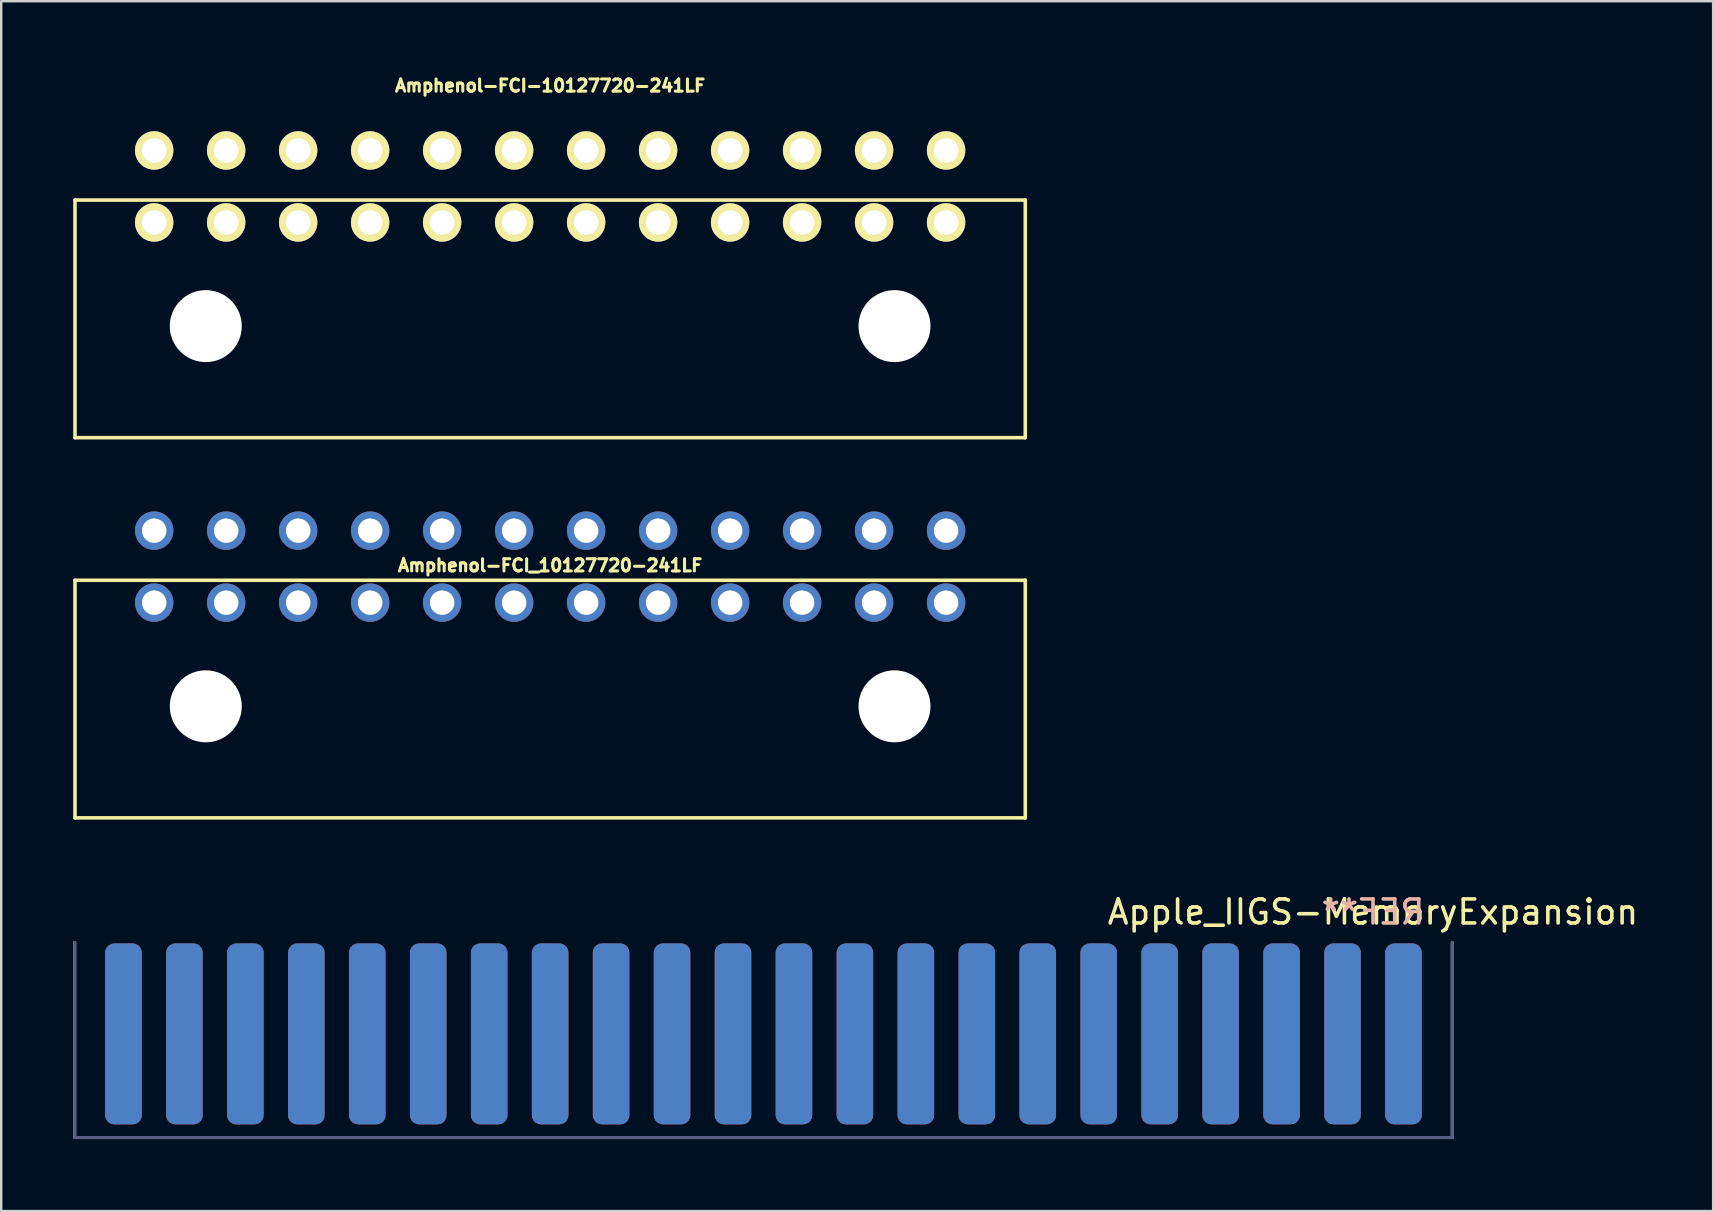
<source format=kicad_pcb>
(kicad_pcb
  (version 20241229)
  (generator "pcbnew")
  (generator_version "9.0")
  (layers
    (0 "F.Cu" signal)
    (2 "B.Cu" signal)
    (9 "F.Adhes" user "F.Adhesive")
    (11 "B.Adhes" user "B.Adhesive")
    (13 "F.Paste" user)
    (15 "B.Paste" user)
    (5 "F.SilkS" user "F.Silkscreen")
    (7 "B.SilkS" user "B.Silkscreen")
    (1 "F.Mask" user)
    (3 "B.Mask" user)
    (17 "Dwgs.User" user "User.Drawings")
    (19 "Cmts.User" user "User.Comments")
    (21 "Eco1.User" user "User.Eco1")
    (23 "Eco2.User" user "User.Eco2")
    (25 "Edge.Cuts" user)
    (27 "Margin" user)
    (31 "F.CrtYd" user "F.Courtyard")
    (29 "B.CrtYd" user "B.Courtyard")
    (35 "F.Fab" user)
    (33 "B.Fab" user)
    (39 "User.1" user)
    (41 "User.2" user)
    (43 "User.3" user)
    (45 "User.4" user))
  (footprint "Apple_IIGS-MemoryExpansion"
    (layer "F.Cu")
    (at 28.765 40.034)
    (property "Reference" "Apple_IIGS-MemoryExpansion" (at 25.4 -5.08 0) (layer "F.SilkS") (effects (font (size 1 1) (thickness 0.15))))
    (attr through_hole)
    (fp_line (start -28.702 4.318) (end -28.702 -3.81) (stroke (width 0.127) (type solid)) (layer "B.Fab"))
    (fp_line (start 28.702 -3.81) (end 28.702 4.318) (stroke (width 0.127) (type solid)) (layer "B.Fab"))
    (fp_line (start 28.702 4.318) (end -28.702 4.318) (stroke (width 0.127) (type solid)) (layer "B.Fab"))
    (fp_line (start -28.702 4.318) (end -28.702 -3.81) (stroke (width 0.127) (type solid)) (layer "F.Fab"))
    (fp_line (start 28.702 -3.81) (end 28.702 4.318) (stroke (width 0.127) (type solid)) (layer "F.Fab"))
    (fp_line (start 28.702 4.318) (end -28.702 4.318) (stroke (width 0.127) (type solid)) (layer "F.Fab"))
    (fp_text user "REF**" (at 25.4 -5.08 0) (layer "B.SilkS") (effects (font (size 1 1) (thickness 0.15)) (justify mirror)))
    (pad "1" smd roundrect (at 26.67 0) (size 1.524 7.54) (layers "B.Cu" "B.Mask") (roundrect_rratio 0.25))
    (pad "2" smd roundrect (at 24.13 0) (size 1.524 7.54) (layers "B.Cu" "B.Mask") (roundrect_rratio 0.25))
    (pad "3" smd roundrect (at 21.59 0) (size 1.524 7.54) (layers "B.Cu" "B.Mask") (roundrect_rratio 0.25))
    (pad "4" smd roundrect (at 19.05 0) (size 1.524 7.54) (layers "B.Cu" "B.Mask") (roundrect_rratio 0.25))
    (pad "5" smd roundrect (at 16.51 0) (size 1.524 7.54) (layers "B.Cu" "B.Mask") (roundrect_rratio 0.25))
    (pad "6" smd roundrect (at 13.97 0) (size 1.524 7.54) (layers "B.Cu" "B.Mask") (roundrect_rratio 0.25))
    (pad "7" smd roundrect (at 11.43 0) (size 1.524 7.54) (layers "B.Cu" "B.Mask") (roundrect_rratio 0.25))
    (pad "8" smd roundrect (at 8.89 0) (size 1.524 7.54) (layers "B.Cu" "B.Mask") (roundrect_rratio 0.25))
    (pad "9" smd roundrect (at 6.35 0) (size 1.524 7.54) (layers "B.Cu" "B.Mask") (roundrect_rratio 0.25))
    (pad "10" smd roundrect (at 3.81 0) (size 1.524 7.54) (layers "B.Cu" "B.Mask") (roundrect_rratio 0.25))
    (pad "11" smd roundrect (at 1.27 0) (size 1.524 7.54) (layers "B.Cu" "B.Mask") (roundrect_rratio 0.25))
    (pad "12" smd roundrect (at -1.27 0) (size 1.524 7.54) (layers "B.Cu" "B.Mask") (roundrect_rratio 0.25))
    (pad "13" smd roundrect (at -3.81 0) (size 1.524 7.54) (layers "B.Cu" "B.Mask") (roundrect_rratio 0.25))
    (pad "14" smd roundrect (at -6.35 0) (size 1.524 7.54) (layers "B.Cu" "B.Mask") (roundrect_rratio 0.25))
    (pad "15" smd roundrect (at -8.89 0) (size 1.524 7.54) (layers "B.Cu" "B.Mask") (roundrect_rratio 0.25))
    (pad "16" smd roundrect (at -11.43 0) (size 1.524 7.54) (layers "B.Cu" "B.Mask") (roundrect_rratio 0.25))
    (pad "17" smd roundrect (at -13.97 0) (size 1.524 7.54) (layers "B.Cu" "B.Mask") (roundrect_rratio 0.25))
    (pad "18" smd roundrect (at -16.51 0) (size 1.524 7.54) (layers "B.Cu" "B.Mask") (roundrect_rratio 0.25))
    (pad "19" smd roundrect (at -19.05 0) (size 1.524 7.54) (layers "B.Cu" "B.Mask") (roundrect_rratio 0.25))
    (pad "20" smd roundrect (at -21.59 0) (size 1.524 7.54) (layers "B.Cu" "B.Mask") (roundrect_rratio 0.25))
    (pad "21" smd roundrect (at -24.13 0) (size 1.524 7.54) (layers "B.Cu" "B.Mask") (roundrect_rratio 0.25))
    (pad "22" smd roundrect (at -26.67 0) (size 1.524 7.54) (layers "B.Cu" "B.Mask") (roundrect_rratio 0.25))
    (pad "23" smd roundrect (at -26.67 0) (size 1.524 7.54) (layers "F.Cu" "F.Mask") (roundrect_rratio 0.25))
    (pad "24" smd roundrect (at -24.13 0) (size 1.524 7.54) (layers "F.Cu" "F.Mask") (roundrect_rratio 0.25))
    (pad "25" smd roundrect (at -21.59 0) (size 1.524 7.54) (layers "F.Cu" "F.Mask") (roundrect_rratio 0.25))
    (pad "26" smd roundrect (at -19.05 0) (size 1.524 7.54) (layers "F.Cu" "F.Mask") (roundrect_rratio 0.25))
    (pad "27" smd roundrect (at -16.51 0) (size 1.524 7.54) (layers "F.Cu" "F.Mask") (roundrect_rratio 0.25))
    (pad "28" smd roundrect (at -13.97 0) (size 1.524 7.54) (layers "F.Cu" "F.Mask") (roundrect_rratio 0.25))
    (pad "29" smd roundrect (at -11.43 0) (size 1.524 7.54) (layers "F.Cu" "F.Mask") (roundrect_rratio 0.25))
    (pad "30" smd roundrect (at -8.89 0) (size 1.524 7.54) (layers "F.Cu" "F.Mask") (roundrect_rratio 0.25))
    (pad "31" smd roundrect (at -6.35 0) (size 1.524 7.54) (layers "F.Cu" "F.Mask") (roundrect_rratio 0.25))
    (pad "32" smd roundrect (at -3.81 0) (size 1.524 7.54) (layers "F.Cu" "F.Mask") (roundrect_rratio 0.25))
    (pad "33" smd roundrect (at -1.27 0) (size 1.524 7.54) (layers "F.Cu" "F.Mask") (roundrect_rratio 0.25))
    (pad "34" smd roundrect (at 1.27 0) (size 1.524 7.54) (layers "F.Cu" "F.Mask") (roundrect_rratio 0.25))
    (pad "35" smd roundrect (at 3.81 0) (size 1.524 7.54) (layers "F.Cu" "F.Mask") (roundrect_rratio 0.25))
    (pad "36" smd roundrect (at 6.35 0) (size 1.524 7.54) (layers "F.Cu" "F.Mask") (roundrect_rratio 0.25))
    (pad "37" smd roundrect (at 8.89 0) (size 1.524 7.54) (layers "F.Cu" "F.Mask") (roundrect_rratio 0.25))
    (pad "38" smd roundrect (at 11.43 0) (size 1.524 7.54) (layers "F.Cu" "F.Mask") (roundrect_rratio 0.25))
    (pad "39" smd roundrect (at 13.97 0) (size 1.524 7.54) (layers "F.Cu" "F.Mask") (roundrect_rratio 0.25))
    (pad "40" smd roundrect (at 16.51 0) (size 1.524 7.54) (layers "F.Cu" "F.Mask") (roundrect_rratio 0.25))
    (pad "41" smd roundrect (at 19.05 0) (size 1.524 7.54) (layers "F.Cu" "F.Mask") (roundrect_rratio 0.25))
    (pad "42" smd roundrect (at 21.59 0) (size 1.524 7.54) (layers "F.Cu" "F.Mask") (roundrect_rratio 0.25))
    (pad "43" smd roundrect (at 24.13 0) (size 1.524 7.54) (layers "F.Cu" "F.Mask") (roundrect_rratio 0.25))
    (pad "44" smd roundrect (at 26.67 0) (size 1.524 7.54) (layers "F.Cu" "F.Mask") (roundrect_rratio 0.25)))
  (footprint "Amphenol-FCI_10127720-241LF"
    (layer "F.Cu")
    (at 19.875 20.563)
    (property "Reference" "Amphenol-FCI_10127720-241LF" (at 0 -0.05 0) (layer "F.SilkS") (effects (font (size 0.508 0.508) (thickness 0.127))))
    (attr through_hole)
    (fp_line (start -19.8 0.568) (end -19.8 10.468) (stroke (width 0.15) (type solid)) (layer "F.SilkS"))
    (fp_line (start -19.8 0.568) (end 19.8 0.568) (stroke (width 0.15) (type solid)) (layer "F.SilkS"))
    (fp_line (start -19.8 10.468) (end 19.8 10.468) (stroke (width 0.15) (type solid)) (layer "F.SilkS"))
    (fp_line (start 19.8 0.568) (end 19.8 10.468) (stroke (width 0.15) (type solid)) (layer "F.SilkS"))
    (pad "" np_thru_hole circle (at -14.35 5.82) (size 3 3) (drill 3) (layers "*.Cu" "*.Mask"))
    (pad "" np_thru_hole circle (at 14.35 5.82) (size 3 3) (drill 3) (layers "*.Cu" "*.Mask"))
    (pad "1" thru_hole circle (at 16.5 1.5 180) (size 1.6 1.6) (drill 1.02) (layers "*.Cu" "*.Mask"))
    (pad "2" thru_hole circle (at 13.5 1.5 180) (size 1.6 1.6) (drill 1.02) (layers "*.Cu" "*.Mask"))
    (pad "3" thru_hole circle (at 10.5 1.5 180) (size 1.6 1.6) (drill 1.02) (layers "*.Cu" "*.Mask"))
    (pad "4" thru_hole circle (at 7.5 1.5 180) (size 1.6 1.6) (drill 1.02) (layers "*.Cu" "*.Mask"))
    (pad "5" thru_hole circle (at 4.5 1.5 180) (size 1.6 1.6) (drill 1.02) (layers "*.Cu" "*.Mask"))
    (pad "6" thru_hole circle (at 1.5 1.5 180) (size 1.6 1.6) (drill 1.02) (layers "*.Cu" "*.Mask"))
    (pad "7" thru_hole circle (at -1.5 1.5 180) (size 1.6 1.6) (drill 1.02) (layers "*.Cu" "*.Mask"))
    (pad "8" thru_hole circle (at -4.5 1.5 180) (size 1.6 1.6) (drill 1.02) (layers "*.Cu" "*.Mask"))
    (pad "9" thru_hole circle (at -7.5 1.5) (size 1.6 1.6) (drill 1.02) (layers "*.Cu" "*.Mask"))
    (pad "10" thru_hole circle (at -10.5 1.5) (size 1.6 1.6) (drill 1.02) (layers "*.Cu" "*.Mask"))
    (pad "11" thru_hole circle (at -13.5 1.5) (size 1.6 1.6) (drill 1.02) (layers "*.Cu" "*.Mask"))
    (pad "12" thru_hole circle (at -16.5 1.5) (size 1.6 1.6) (drill 1.02) (layers "*.Cu" "*.Mask"))
    (pad "13" thru_hole circle (at 16.5 -1.5 180) (size 1.6 1.6) (drill 1.02) (layers "*.Cu" "*.Mask"))
    (pad "14" thru_hole circle (at 13.5 -1.5 180) (size 1.6 1.6) (drill 1.02) (layers "*.Cu" "*.Mask"))
    (pad "15" thru_hole circle (at 10.5 -1.5 180) (size 1.6 1.6) (drill 1.02) (layers "*.Cu" "*.Mask"))
    (pad "16" thru_hole circle (at 7.5 -1.5 180) (size 1.6 1.6) (drill 1.02) (layers "*.Cu" "*.Mask"))
    (pad "17" thru_hole circle (at 4.5 -1.5 180) (size 1.6 1.6) (drill 1.02) (layers "*.Cu" "*.Mask"))
    (pad "18" thru_hole circle (at 1.5 -1.5 180) (size 1.6 1.6) (drill 1.02) (layers "*.Cu" "*.Mask"))
    (pad "19" thru_hole circle (at -1.5 -1.5 180) (size 1.6 1.6) (drill 1.02) (layers "*.Cu" "*.Mask"))
    (pad "20" thru_hole circle (at -4.5 -1.5 180) (size 1.6 1.6) (drill 1.02) (layers "*.Cu" "*.Mask"))
    (pad "21" thru_hole circle (at -7.5 -1.5 180) (size 1.6 1.6) (drill 1.02) (layers "*.Cu" "*.Mask"))
    (pad "22" thru_hole circle (at -10.5 -1.5 270) (size 1.6 1.6) (drill 1.02) (layers "*.Cu" "*.Mask"))
    (pad "23" thru_hole circle (at -13.5 -1.5 180) (size 1.6 1.6) (drill 1.02) (layers "*.Cu" "*.Mask"))
    (pad "24" thru_hole circle (at -16.5 -1.5 180) (size 1.6 1.6) (drill 1.02) (layers "*.Cu" "*.Mask")))
  (footprint "Amphenol-FCI-10127720-241LF"
    (layer "F.Cu")
    (at 19.875 4.72)
    (property "Reference" "Amphenol-FCI-10127720-241LF" (at 0 -4.2 0) (layer "F.SilkS") (effects (font (size 0.508 0.508) (thickness 0.127))))
    (attr through_hole)
    (fp_line (start -19.8 0.568) (end -19.8 10.468) (stroke (width 0.15) (type solid)) (layer "F.SilkS"))
    (fp_line (start -19.8 0.568) (end 19.8 0.568) (stroke (width 0.15) (type solid)) (layer "F.SilkS"))
    (fp_line (start -19.8 10.468) (end 19.8 10.468) (stroke (width 0.15) (type solid)) (layer "F.SilkS"))
    (fp_line (start 19.8 0.568) (end 19.8 10.468) (stroke (width 0.15) (type solid)) (layer "F.SilkS"))
    (pad "" np_thru_hole circle (at -14.35 5.82) (size 3 3) (drill 3) (layers "*.Cu" "*.Mask"))
    (pad "" np_thru_hole circle (at 14.35 5.82) (size 3 3) (drill 3) (layers "*.Cu" "*.Mask"))
    (pad "1" thru_hole circle (at 16.5 1.5 180) (size 1.6 1.6) (drill 1.02) (layers "*.Cu" "*.Mask" "F.SilkS"))
    (pad "2" thru_hole circle (at 13.5 1.5 180) (size 1.6 1.6) (drill 1.02) (layers "*.Cu" "*.Mask" "F.SilkS"))
    (pad "3" thru_hole circle (at 10.5 1.5 180) (size 1.6 1.6) (drill 1.02) (layers "*.Cu" "*.Mask" "F.SilkS"))
    (pad "4" thru_hole circle (at 7.5 1.5 180) (size 1.6 1.6) (drill 1.02) (layers "*.Cu" "*.Mask" "F.SilkS"))
    (pad "5" thru_hole circle (at 4.5 1.5 180) (size 1.6 1.6) (drill 1.02) (layers "*.Cu" "*.Mask" "F.SilkS"))
    (pad "6" thru_hole circle (at 1.5 1.5 180) (size 1.6 1.6) (drill 1.02) (layers "*.Cu" "*.Mask" "F.SilkS"))
    (pad "7" thru_hole circle (at -1.5 1.5 180) (size 1.6 1.6) (drill 1.02) (layers "*.Cu" "*.Mask" "F.SilkS"))
    (pad "8" thru_hole circle (at -4.5 1.5 180) (size 1.6 1.6) (drill 1.02) (layers "*.Cu" "*.Mask" "F.SilkS"))
    (pad "9" thru_hole circle (at -7.5 1.5) (size 1.6 1.6) (drill 1.02) (layers "*.Cu" "*.Mask" "F.SilkS"))
    (pad "10" thru_hole circle (at -10.5 1.5) (size 1.6 1.6) (drill 1.02) (layers "*.Cu" "*.Mask" "F.SilkS"))
    (pad "11" thru_hole circle (at -13.5 1.5) (size 1.6 1.6) (drill 1.02) (layers "*.Cu" "*.Mask" "F.SilkS"))
    (pad "12" thru_hole circle (at -16.5 1.5) (size 1.6 1.6) (drill 1.02) (layers "*.Cu" "*.Mask" "F.SilkS"))
    (pad "13" thru_hole circle (at 16.5 -1.5 180) (size 1.6 1.6) (drill 1.02) (layers "*.Cu" "*.Mask" "F.SilkS"))
    (pad "14" thru_hole circle (at 13.5 -1.5 180) (size 1.6 1.6) (drill 1.02) (layers "*.Cu" "*.Mask" "F.SilkS"))
    (pad "15" thru_hole circle (at 10.5 -1.5 180) (size 1.6 1.6) (drill 1.02) (layers "*.Cu" "*.Mask" "F.SilkS"))
    (pad "16" thru_hole circle (at 7.5 -1.5 180) (size 1.6 1.6) (drill 1.02) (layers "*.Cu" "*.Mask" "F.SilkS"))
    (pad "17" thru_hole circle (at 4.5 -1.5 180) (size 1.6 1.6) (drill 1.02) (layers "*.Cu" "*.Mask" "F.SilkS"))
    (pad "18" thru_hole circle (at 1.5 -1.5 180) (size 1.6 1.6) (drill 1.02) (layers "*.Cu" "*.Mask" "F.SilkS"))
    (pad "19" thru_hole circle (at -1.5 -1.5 180) (size 1.6 1.6) (drill 1.02) (layers "*.Cu" "*.Mask" "F.SilkS"))
    (pad "20" thru_hole circle (at -4.5 -1.5 180) (size 1.6 1.6) (drill 1.02) (layers "*.Cu" "*.Mask" "F.SilkS"))
    (pad "21" thru_hole circle (at -7.5 -1.5 180) (size 1.6 1.6) (drill 1.02) (layers "*.Cu" "*.Mask" "F.SilkS"))
    (pad "22" thru_hole circle (at -10.5 -1.5 180) (size 1.6 1.6) (drill 1.02) (layers "*.Cu" "*.Mask" "F.SilkS"))
    (pad "23" thru_hole circle (at -13.5 -1.5 180) (size 1.6 1.6) (drill 1.02) (layers "*.Cu" "*.Mask" "F.SilkS"))
    (pad "24" thru_hole circle (at -16.5 -1.5 180) (size 1.6 1.6) (drill 1.02) (layers "*.Cu" "*.Mask" "F.SilkS")))
  (gr_rect
    (start -3 -3)
    (end 68.338 47.416)
    (stroke (width 0.1) (type default))
    (fill no)
    (layer "Edge.Cuts")))
</source>
